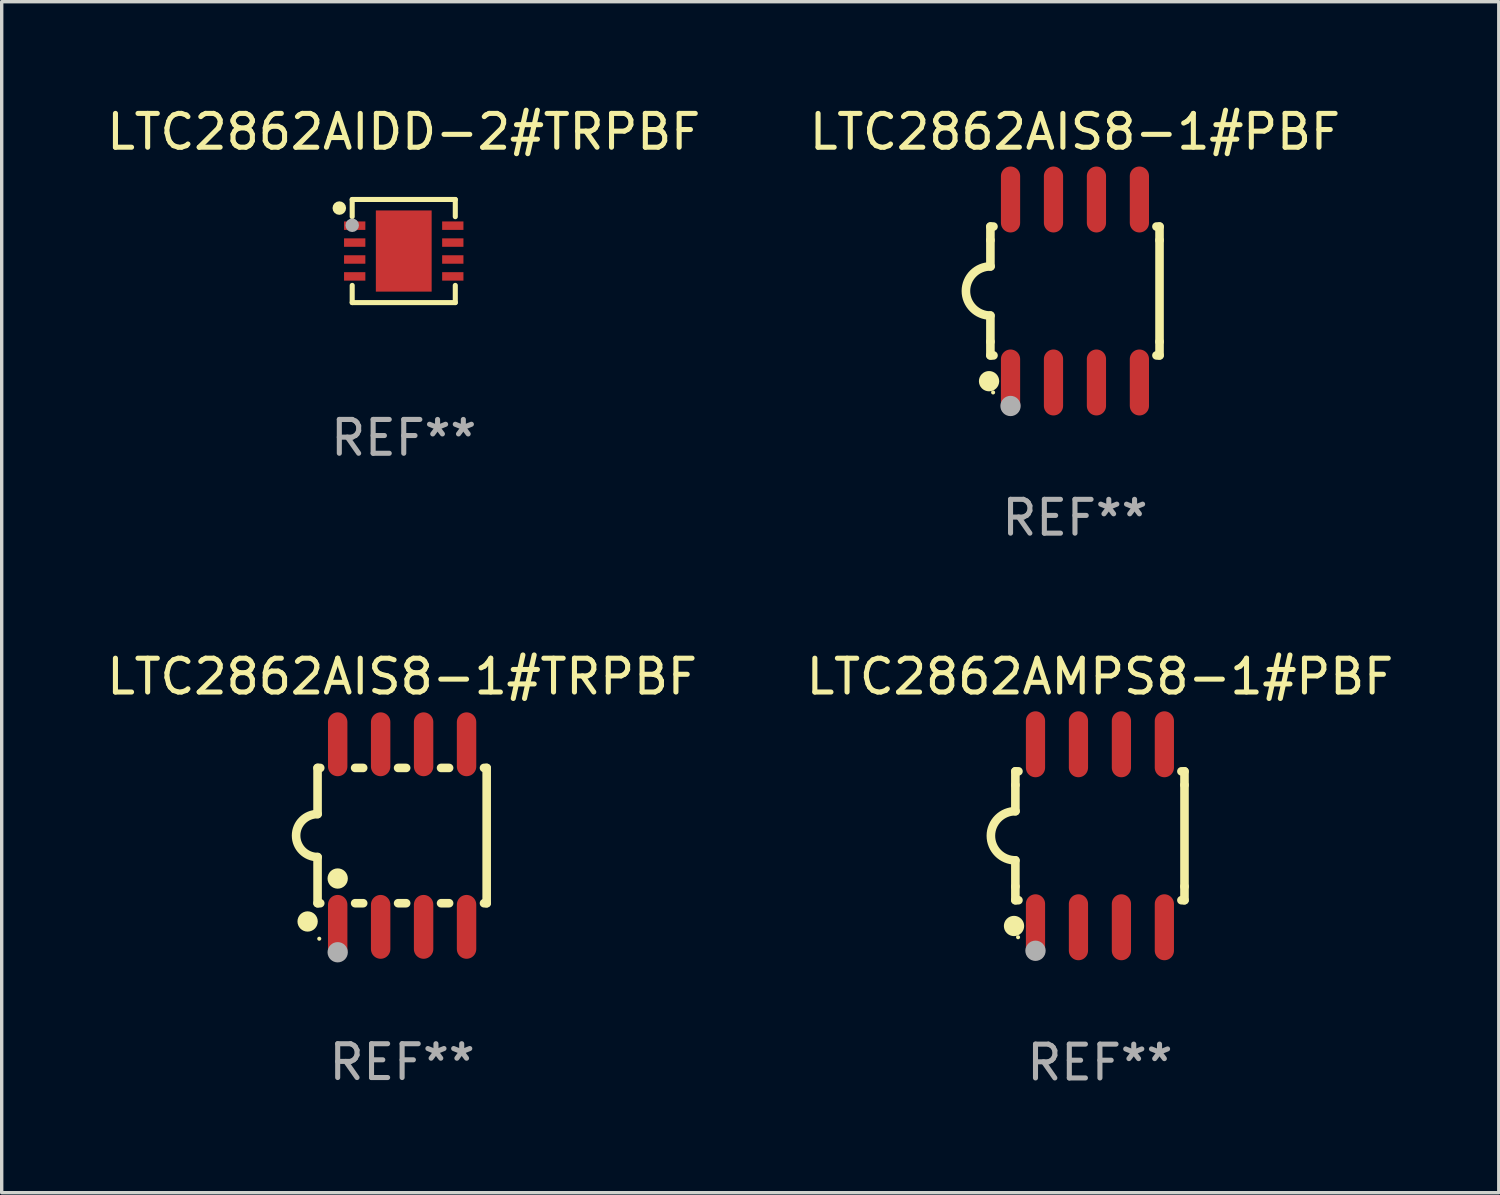
<source format=kicad_pcb>
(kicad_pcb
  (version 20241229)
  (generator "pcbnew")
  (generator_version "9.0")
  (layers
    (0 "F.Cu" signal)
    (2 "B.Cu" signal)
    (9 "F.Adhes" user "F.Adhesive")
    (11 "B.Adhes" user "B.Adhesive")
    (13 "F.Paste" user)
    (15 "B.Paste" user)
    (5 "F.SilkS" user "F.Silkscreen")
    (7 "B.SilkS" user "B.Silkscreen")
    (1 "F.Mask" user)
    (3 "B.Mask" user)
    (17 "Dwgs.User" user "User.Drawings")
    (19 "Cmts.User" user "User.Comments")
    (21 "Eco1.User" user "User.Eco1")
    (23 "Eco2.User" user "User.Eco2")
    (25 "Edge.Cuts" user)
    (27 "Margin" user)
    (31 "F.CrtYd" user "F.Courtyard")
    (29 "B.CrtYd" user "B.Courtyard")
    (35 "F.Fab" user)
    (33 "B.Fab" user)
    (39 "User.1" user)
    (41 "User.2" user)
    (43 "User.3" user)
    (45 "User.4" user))
  (footprint "LTC2862AMPS8-1#PBF"
    (layer "F.Cu")
    (at 29.47 21.66)
    (property "Reference" "LTC2862AMPS8-1#PBF" (at 0 -4.705 0) (layer "F.SilkS") (effects (font (size 1 1) (thickness 0.15))))
    (attr through_hole)
    (fp_line (start -2.5 -1.905) (end -2.409 -1.905) (stroke (width 0.254) (type solid)) (layer "F.SilkS"))
    (fp_line (start -2.5 -1.5) (end -2.5 -1.905) (stroke (width 0.254) (type solid)) (layer "F.SilkS"))
    (fp_line (start -2.5 -1.5) (end -2.5 -0.726) (stroke (width 0.254) (type solid)) (layer "F.SilkS"))
    (fp_line (start -2.5 1.5) (end -2.5 0.727) (stroke (width 0.254) (type solid)) (layer "F.SilkS"))
    (fp_line (start -2.5 1.5) (end -2.5 1.905) (stroke (width 0.254) (type solid)) (layer "F.SilkS"))
    (fp_line (start -2.5 1.905) (end -2.409 1.905) (stroke (width 0.254) (type solid)) (layer "F.SilkS"))
    (fp_line (start 2.5 -1.905) (end 2.409 -1.905) (stroke (width 0.254) (type solid)) (layer "F.SilkS"))
    (fp_line (start 2.5 -1.5) (end 2.5 -1.905) (stroke (width 0.254) (type solid)) (layer "F.SilkS"))
    (fp_line (start 2.5 -1.5) (end 2.5 1.5) (stroke (width 0.254) (type solid)) (layer "F.SilkS"))
    (fp_line (start 2.5 1.5) (end 2.5 1.905) (stroke (width 0.254) (type solid)) (layer "F.SilkS"))
    (fp_line (start 2.5 1.905) (end 2.409 1.905) (stroke (width 0.254) (type solid)) (layer "F.SilkS"))
    (fp_arc (start -2.5 0.726568) (mid -3.220316 -0.0023) (end -2.495097 -0.726289) (stroke (width 0.254001) (type solid)) (layer "F.SilkS"))
    (fp_circle (center -2.54 2.667) (end -2.39 2.667) (stroke (width 0.3) (type solid)) (fill no) (layer "F.SilkS"))
    (fp_circle (center -2.42 3) (end -2.39 3) (stroke (width 0.06) (type solid)) (fill no) (layer "F.SilkS"))
    (fp_circle (center -1.905 3.4) (end -1.755 3.4) (stroke (width 0.3) (type solid)) (fill no) (layer "F.Fab"))
    (fp_text user "REF**" (at 0 6.705 0) (layer "F.Fab") (effects (font (size 1 1) (thickness 0.15))))
    (pad "1" smd oval (at -1.905 2.705) (size 0.568 1.95) (layers "F.Cu" "F.Mask" "F.Paste"))
    (pad "2" smd oval (at -0.635 2.705) (size 0.568 1.95) (layers "F.Cu" "F.Mask" "F.Paste"))
    (pad "3" smd oval (at 0.635 2.705) (size 0.568 1.95) (layers "F.Cu" "F.Mask" "F.Paste"))
    (pad "4" smd oval (at 1.905 2.705) (size 0.568 1.95) (layers "F.Cu" "F.Mask" "F.Paste"))
    (pad "5" smd oval (at 1.905 -2.705) (size 0.568 1.95) (layers "F.Cu" "F.Mask" "F.Paste"))
    (pad "6" smd oval (at 0.635 -2.705) (size 0.568 1.95) (layers "F.Cu" "F.Mask" "F.Paste"))
    (pad "7" smd oval (at -0.635 -2.705) (size 0.568 1.95) (layers "F.Cu" "F.Mask" "F.Paste"))
    (pad "8" smd oval (at -1.905 -2.705) (size 0.568 1.95) (layers "F.Cu" "F.Mask" "F.Paste")))
  (footprint "LTC2862AIDD-2#TRPBF"
    (layer "F.Cu")
    (at 8.887 4.372)
    (property "Reference" "LTC2862AIDD-2#TRPBF" (at 0 -3.524 0) (layer "F.SilkS") (effects (font (size 1 1) (thickness 0.15))))
    (attr through_hole)
    (fp_line (start -1.524 -1.524) (end 1.524 -1.524) (stroke (width 0.15) (type solid)) (layer "F.SilkS"))
    (fp_line (start -1.524 -1.016) (end -1.524 -1.524) (stroke (width 0.15) (type solid)) (layer "F.SilkS"))
    (fp_line (start -1.524 1.016) (end -1.524 1.524) (stroke (width 0.15) (type solid)) (layer "F.SilkS"))
    (fp_line (start -1.524 1.524) (end 1.524 1.524) (stroke (width 0.15) (type solid)) (layer "F.SilkS"))
    (fp_line (start 1.524 -1.524) (end 1.524 -1.016) (stroke (width 0.15) (type solid)) (layer "F.SilkS"))
    (fp_line (start 1.524 1.524) (end 1.524 1.016) (stroke (width 0.15) (type solid)) (layer "F.SilkS"))
    (fp_circle (center -1.905 -1.27) (end -1.805 -1.27) (stroke (width 0.2) (type solid)) (fill no) (layer "F.SilkS"))
    (fp_circle (center -1.5 -1.5) (end -1.47 -1.5) (stroke (width 0.06) (type solid)) (fill no) (layer "F.SilkS"))
    (fp_circle (center -1.524 -0.762) (end -1.424 -0.762) (stroke (width 0.2) (type solid)) (fill no) (layer "F.Fab"))
    (fp_text user "REF**" (at 0 5.524 0) (layer "F.Fab") (effects (font (size 1 1) (thickness 0.15))))
    (pad "1" smd rect (at -1.45 -0.75) (size 0.63 0.25) (layers "F.Cu" "F.Mask" "F.Paste"))
    (pad "2" smd rect (at -1.45 -0.25) (size 0.63 0.25) (layers "F.Cu" "F.Mask" "F.Paste"))
    (pad "3" smd rect (at -1.45 0.25) (size 0.63 0.25) (layers "F.Cu" "F.Mask" "F.Paste"))
    (pad "4" smd rect (at -1.45 0.75) (size 0.63 0.25) (layers "F.Cu" "F.Mask" "F.Paste"))
    (pad "5" smd rect (at 1.45 0.75) (size 0.63 0.25) (layers "F.Cu" "F.Mask" "F.Paste"))
    (pad "6" smd rect (at 1.45 0.25) (size 0.63 0.25) (layers "F.Cu" "F.Mask" "F.Paste"))
    (pad "7" smd rect (at 1.45 -0.25) (size 0.63 0.25) (layers "F.Cu" "F.Mask" "F.Paste"))
    (pad "8" smd rect (at 1.45 -0.75) (size 0.63 0.25) (layers "F.Cu" "F.Mask" "F.Paste"))
    (pad "9" smd rect (at -0.000025 0.000127) (size 1.65 2.4) (layers "F.Cu" "F.Mask" "F.Paste")))
  (footprint "LTC2862AIS8-1#TRPBF"
    (layer "F.Cu")
    (at 8.839 21.654)
    (property "Reference" "LTC2862AIS8-1#TRPBF" (at 0 -4.699 0) (layer "F.SilkS") (effects (font (size 1 1) (thickness 0.15))))
    (attr through_hole)
    (fp_line (start -2.5 -2) (end -2.5 -0.635) (stroke (width 0.254) (type solid)) (layer "F.SilkS"))
    (fp_line (start -2.5 -2) (end -2.421 -2) (stroke (width 0.254) (type solid)) (layer "F.SilkS"))
    (fp_line (start -2.5 2) (end -2.5 0.635) (stroke (width 0.254) (type solid)) (layer "F.SilkS"))
    (fp_line (start -2.5 2) (end -2.421 2) (stroke (width 0.254) (type solid)) (layer "F.SilkS"))
    (fp_line (start -1.389 -2) (end -1.151 -2) (stroke (width 0.254) (type solid)) (layer "F.SilkS"))
    (fp_line (start -1.389 2) (end -1.151 2) (stroke (width 0.254) (type solid)) (layer "F.SilkS"))
    (fp_line (start -0.119 -2) (end 0.119 -2) (stroke (width 0.254) (type solid)) (layer "F.SilkS"))
    (fp_line (start -0.119 2) (end 0.119 2) (stroke (width 0.254) (type solid)) (layer "F.SilkS"))
    (fp_line (start 1.151 -2) (end 1.389 -2) (stroke (width 0.254) (type solid)) (layer "F.SilkS"))
    (fp_line (start 1.151 2) (end 1.389 2) (stroke (width 0.254) (type solid)) (layer "F.SilkS"))
    (fp_line (start 2.421 -2) (end 2.5 -2) (stroke (width 0.254) (type solid)) (layer "F.SilkS"))
    (fp_line (start 2.421 2) (end 2.5 2) (stroke (width 0.254) (type solid)) (layer "F.SilkS"))
    (fp_line (start 2.5 -2) (end 2.5 2) (stroke (width 0.254) (type solid)) (layer "F.SilkS"))
    (fp_arc (start -2.5 0.635001) (mid -3.134366 -0.000318) (end -2.499365 -0.635001) (stroke (width 0.254001) (type solid)) (layer "F.SilkS"))
    (fp_circle (center -2.794 2.54) (end -2.644 2.54) (stroke (width 0.3) (type solid)) (fill no) (layer "F.SilkS"))
    (fp_circle (center -2.45 3.05) (end -2.42 3.05) (stroke (width 0.06) (type solid)) (fill no) (layer "F.SilkS"))
    (fp_circle (center -1.905 1.27) (end -1.755 1.27) (stroke (width 0.3) (type solid)) (fill no) (layer "F.SilkS"))
    (fp_circle (center -1.905 3.45) (end -1.755 3.45) (stroke (width 0.3) (type solid)) (fill no) (layer "F.Fab"))
    (fp_text user "REF**" (at 0 6.699 0) (layer "F.Fab") (effects (font (size 1 1) (thickness 0.15))))
    (pad "1" smd oval (at -1.905 2.699) (size 0.574 1.888) (layers "F.Cu" "F.Mask" "F.Paste"))
    (pad "2" smd oval (at -0.635 2.699) (size 0.574 1.888) (layers "F.Cu" "F.Mask" "F.Paste"))
    (pad "3" smd oval (at 0.635 2.699) (size 0.574 1.888) (layers "F.Cu" "F.Mask" "F.Paste"))
    (pad "4" smd oval (at 1.905 2.699) (size 0.574 1.888) (layers "F.Cu" "F.Mask" "F.Paste"))
    (pad "5" smd oval (at 1.905 -2.699) (size 0.574 1.888) (layers "F.Cu" "F.Mask" "F.Paste"))
    (pad "6" smd oval (at 0.635 -2.699) (size 0.574 1.888) (layers "F.Cu" "F.Mask" "F.Paste"))
    (pad "7" smd oval (at -0.635 -2.699) (size 0.574 1.888) (layers "F.Cu" "F.Mask" "F.Paste"))
    (pad "8" smd oval (at -1.905 -2.699) (size 0.574 1.888) (layers "F.Cu" "F.Mask" "F.Paste")))
  (footprint "LTC2862AIS8-1#PBF"
    (layer "F.Cu")
    (at 28.732 5.553)
    (property "Reference" "LTC2862AIS8-1#PBF" (at 0 -4.705 0) (layer "F.SilkS") (effects (font (size 1 1) (thickness 0.15))))
    (attr through_hole)
    (fp_line (start -2.5 -1.905) (end -2.409 -1.905) (stroke (width 0.254) (type solid)) (layer "F.SilkS"))
    (fp_line (start -2.5 -1.5) (end -2.5 -1.905) (stroke (width 0.254) (type solid)) (layer "F.SilkS"))
    (fp_line (start -2.5 -1.5) (end -2.5 -0.726) (stroke (width 0.254) (type solid)) (layer "F.SilkS"))
    (fp_line (start -2.5 1.5) (end -2.5 0.727) (stroke (width 0.254) (type solid)) (layer "F.SilkS"))
    (fp_line (start -2.5 1.5) (end -2.5 1.905) (stroke (width 0.254) (type solid)) (layer "F.SilkS"))
    (fp_line (start -2.5 1.905) (end -2.409 1.905) (stroke (width 0.254) (type solid)) (layer "F.SilkS"))
    (fp_line (start 2.5 -1.905) (end 2.409 -1.905) (stroke (width 0.254) (type solid)) (layer "F.SilkS"))
    (fp_line (start 2.5 -1.5) (end 2.5 -1.905) (stroke (width 0.254) (type solid)) (layer "F.SilkS"))
    (fp_line (start 2.5 -1.5) (end 2.5 1.5) (stroke (width 0.254) (type solid)) (layer "F.SilkS"))
    (fp_line (start 2.5 1.5) (end 2.5 1.905) (stroke (width 0.254) (type solid)) (layer "F.SilkS"))
    (fp_line (start 2.5 1.905) (end 2.409 1.905) (stroke (width 0.254) (type solid)) (layer "F.SilkS"))
    (fp_arc (start -2.5 0.726568) (mid -3.220316 -0.0023) (end -2.495097 -0.726289) (stroke (width 0.254001) (type solid)) (layer "F.SilkS"))
    (fp_circle (center -2.54 2.667) (end -2.39 2.667) (stroke (width 0.3) (type solid)) (fill no) (layer "F.SilkS"))
    (fp_circle (center -2.42 3) (end -2.39 3) (stroke (width 0.06) (type solid)) (fill no) (layer "F.SilkS"))
    (fp_circle (center -1.905 3.4) (end -1.755 3.4) (stroke (width 0.3) (type solid)) (fill no) (layer "F.Fab"))
    (fp_text user "REF**" (at 0 6.705 0) (layer "F.Fab") (effects (font (size 1 1) (thickness 0.15))))
    (pad "1" smd oval (at -1.905 2.705) (size 0.568 1.95) (layers "F.Cu" "F.Mask" "F.Paste"))
    (pad "2" smd oval (at -0.635 2.705) (size 0.568 1.95) (layers "F.Cu" "F.Mask" "F.Paste"))
    (pad "3" smd oval (at 0.635 2.705) (size 0.568 1.95) (layers "F.Cu" "F.Mask" "F.Paste"))
    (pad "4" smd oval (at 1.905 2.705) (size 0.568 1.95) (layers "F.Cu" "F.Mask" "F.Paste"))
    (pad "5" smd oval (at 1.905 -2.705) (size 0.568 1.95) (layers "F.Cu" "F.Mask" "F.Paste"))
    (pad "6" smd oval (at 0.635 -2.705) (size 0.568 1.95) (layers "F.Cu" "F.Mask" "F.Paste"))
    (pad "7" smd oval (at -0.635 -2.705) (size 0.568 1.95) (layers "F.Cu" "F.Mask" "F.Paste"))
    (pad "8" smd oval (at -1.905 -2.705) (size 0.568 1.95) (layers "F.Cu" "F.Mask" "F.Paste")))
  (gr_rect
    (start -3 -3)
    (end 41.262 32.213)
    (stroke (width 0.1) (type default))
    (fill no)
    (layer "Edge.Cuts")))
</source>
